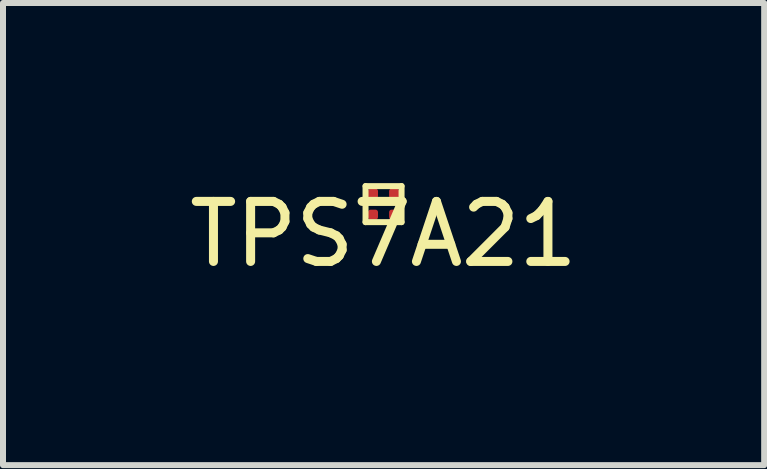
<source format=kicad_pcb>
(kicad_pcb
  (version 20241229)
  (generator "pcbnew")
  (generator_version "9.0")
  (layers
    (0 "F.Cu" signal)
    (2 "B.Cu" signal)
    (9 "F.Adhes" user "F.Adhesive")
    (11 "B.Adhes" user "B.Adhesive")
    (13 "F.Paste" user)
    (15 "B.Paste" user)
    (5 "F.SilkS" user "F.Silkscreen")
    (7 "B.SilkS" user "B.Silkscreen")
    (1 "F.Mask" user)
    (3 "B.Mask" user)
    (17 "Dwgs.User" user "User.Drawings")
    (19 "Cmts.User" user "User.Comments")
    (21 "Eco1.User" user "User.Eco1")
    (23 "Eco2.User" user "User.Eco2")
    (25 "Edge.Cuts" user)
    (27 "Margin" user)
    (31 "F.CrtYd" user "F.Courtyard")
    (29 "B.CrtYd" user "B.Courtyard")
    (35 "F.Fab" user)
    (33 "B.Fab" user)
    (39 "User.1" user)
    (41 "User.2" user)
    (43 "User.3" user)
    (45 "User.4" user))
  (footprint "TPS7A21"
    (layer "F.Cu")
    (at 3.339 0.35)
    (property "Reference" "TPS7A21" (at 0 0.5 0) (layer "F.SilkS") (effects (font (size 1 1) (thickness 0.15))))
    (attr through_hole)
    (fp_line (start -0.3 -0.3) (end 0.3 -0.3) (stroke (width 0.1) (type solid)) (layer "F.SilkS"))
    (fp_line (start -0.3 0.3) (end -0.3 -0.3) (stroke (width 0.1) (type solid)) (layer "F.SilkS"))
    (fp_line (start 0.3 -0.3) (end 0.3 0.3) (stroke (width 0.1) (type solid)) (layer "F.SilkS"))
    (fp_line (start 0.3 0.3) (end -0.3 0.3) (stroke (width 0.1) (type solid)) (layer "F.SilkS"))
    (pad "A1" smd roundrect (at -0.175 -0.175) (size 0.165 0.165) (layers "F.Cu" "F.Mask" "F.Paste") (roundrect_rratio 0.25))
    (pad "A2" smd roundrect (at 0.175 -0.175) (size 0.165 0.165) (layers "F.Cu" "F.Mask" "F.Paste") (roundrect_rratio 0.25))
    (pad "B1" smd roundrect (at -0.175 0.175) (size 0.165 0.165) (layers "F.Cu" "F.Mask" "F.Paste") (roundrect_rratio 0.25))
    (pad "B2" smd roundrect (at 0.175 0.175) (size 0.165 0.165) (layers "F.Cu" "F.Mask" "F.Paste") (roundrect_rratio 0.25)))
  (gr_rect
    (start -3 -3)
    (end 9.679 4.698)
    (stroke (width 0.1) (type default))
    (fill no)
    (layer "Edge.Cuts")))
</source>
